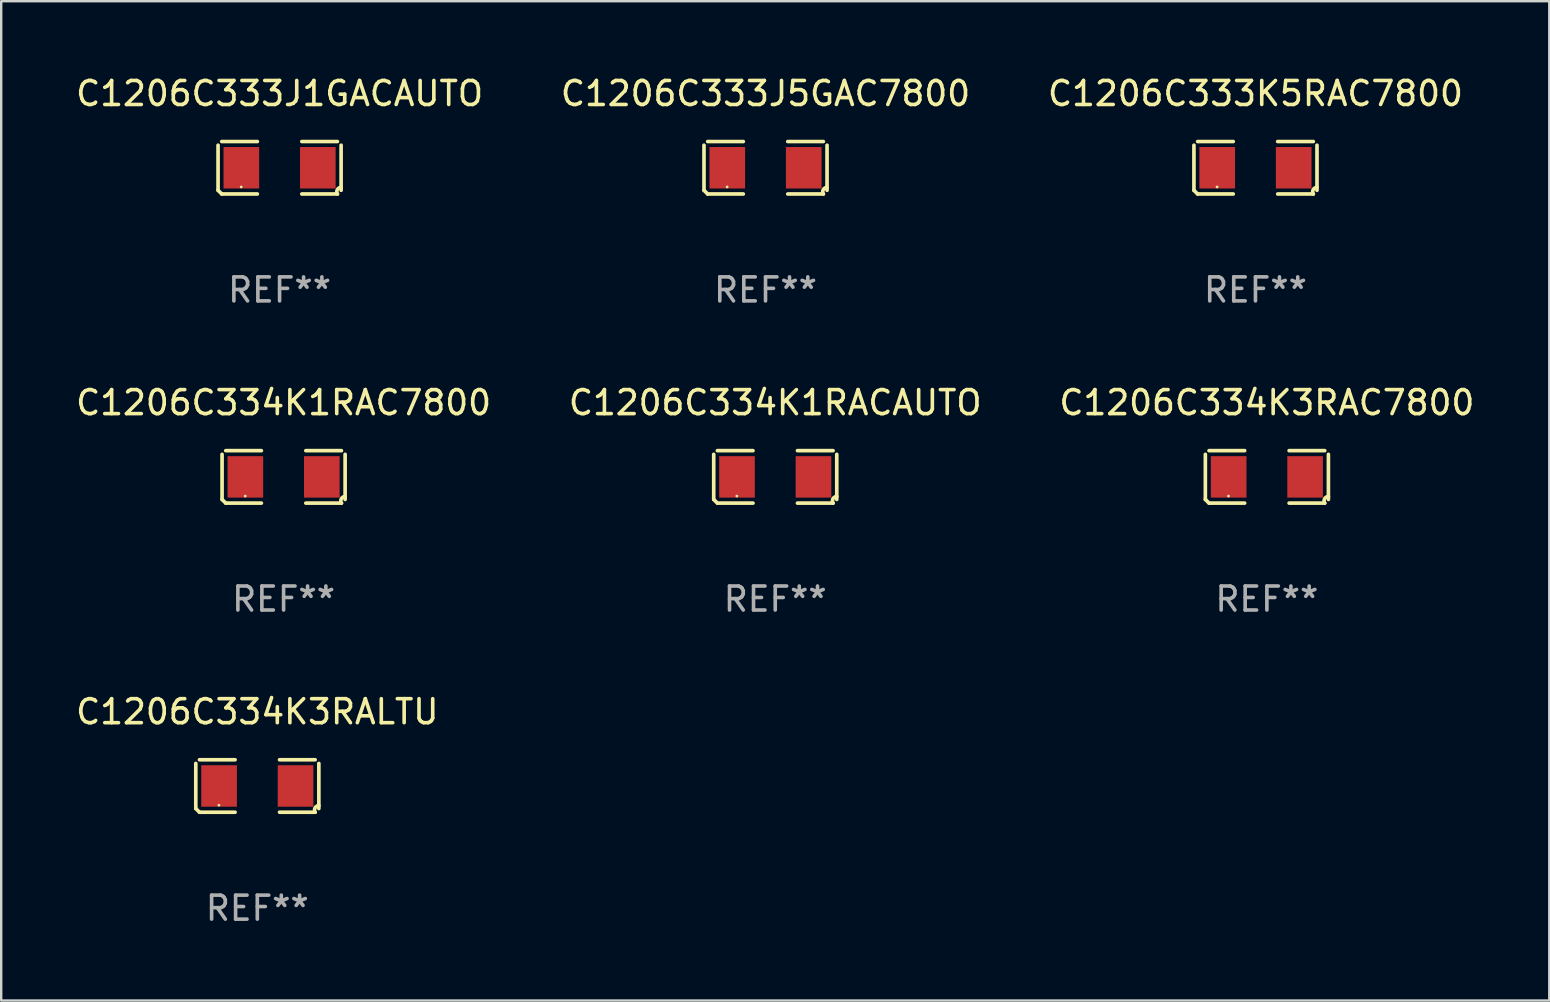
<source format=kicad_pcb>
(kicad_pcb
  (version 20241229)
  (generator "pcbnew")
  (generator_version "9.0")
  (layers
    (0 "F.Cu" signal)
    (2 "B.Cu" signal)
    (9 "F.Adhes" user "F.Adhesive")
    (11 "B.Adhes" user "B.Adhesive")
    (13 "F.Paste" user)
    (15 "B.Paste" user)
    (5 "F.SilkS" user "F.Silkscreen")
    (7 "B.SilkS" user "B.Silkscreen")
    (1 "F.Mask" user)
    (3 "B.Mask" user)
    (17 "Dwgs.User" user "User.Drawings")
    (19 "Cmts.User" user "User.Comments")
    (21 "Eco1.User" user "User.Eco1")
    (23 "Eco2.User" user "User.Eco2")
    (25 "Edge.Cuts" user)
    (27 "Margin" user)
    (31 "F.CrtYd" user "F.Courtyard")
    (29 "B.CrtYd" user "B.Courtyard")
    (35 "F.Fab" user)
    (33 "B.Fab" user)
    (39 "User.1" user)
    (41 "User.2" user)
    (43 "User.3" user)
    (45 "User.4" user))
  (footprint "C1206C333J1GACAUTO"
    (layer "F.Cu")
    (at 8.601 3.941)
    (property "Reference" "C1206C333J1GACAUTO" (at 0 -3.093 0) (layer "F.SilkS") (effects (font (size 1 1) (thickness 0.15))))
    (attr through_hole)
    (fp_line (start -2.564 0.94) (end -2.564 -0.94) (stroke (width 0.152) (type solid)) (layer "F.SilkS"))
    (fp_line (start -2.411 -1.093) (end -0.926 -1.093) (stroke (width 0.152) (type solid)) (layer "F.SilkS"))
    (fp_line (start -0.926 1.093) (end -2.411 1.093) (stroke (width 0.152) (type solid)) (layer "F.SilkS"))
    (fp_line (start 0.926 1.093) (end 2.411 1.093) (stroke (width 0.152) (type solid)) (layer "F.SilkS"))
    (fp_line (start 2.411 -1.093) (end 0.926 -1.093) (stroke (width 0.152) (type solid)) (layer "F.SilkS"))
    (fp_line (start 2.564 0.94) (end 2.564 -0.94) (stroke (width 0.152) (type solid)) (layer "F.SilkS"))
    (fp_arc (start -2.411201 1.092609) (mid -2.487413 1.01642) (end -2.563602 0.940208) (stroke (width 0.1524) (type solid)) (layer "F.SilkS"))
    (fp_arc (start 2.411201 1.092609) (mid 2.407159 0.911226) (end 2.563602 0.819347) (stroke (width 0.1524) (type solid)) (layer "F.SilkS"))
    (fp_circle (center -1.6 0.8) (end -1.57 0.8) (stroke (width 0.06) (type solid)) (fill no) (layer "F.SilkS"))
    (fp_text user "REF**" (at 0 5.093 0) (layer "F.Fab") (effects (font (size 1 1) (thickness 0.15))))
    (pad "1" smd rect (at -1.593 0) (size 1.485 1.728) (layers "F.Cu" "F.Mask" "F.Paste"))
    (pad "2" smd rect (at 1.593 0) (size 1.485 1.728) (layers "F.Cu" "F.Mask" "F.Paste")))
  (footprint "C1206C334K3RAC7800"
    (layer "F.Cu")
    (at 49.744 16.823)
    (property "Reference" "C1206C334K3RAC7800" (at 0 -3.093 0) (layer "F.SilkS") (effects (font (size 1 1) (thickness 0.15))))
    (attr through_hole)
    (fp_line (start -2.564 0.94) (end -2.564 -0.94) (stroke (width 0.152) (type solid)) (layer "F.SilkS"))
    (fp_line (start -2.411 -1.093) (end -0.926 -1.093) (stroke (width 0.152) (type solid)) (layer "F.SilkS"))
    (fp_line (start -0.926 1.093) (end -2.411 1.093) (stroke (width 0.152) (type solid)) (layer "F.SilkS"))
    (fp_line (start 0.926 1.093) (end 2.411 1.093) (stroke (width 0.152) (type solid)) (layer "F.SilkS"))
    (fp_line (start 2.411 -1.093) (end 0.926 -1.093) (stroke (width 0.152) (type solid)) (layer "F.SilkS"))
    (fp_line (start 2.564 0.94) (end 2.564 -0.94) (stroke (width 0.152) (type solid)) (layer "F.SilkS"))
    (fp_arc (start -2.411201 1.092609) (mid -2.487413 1.01642) (end -2.563602 0.940208) (stroke (width 0.1524) (type solid)) (layer "F.SilkS"))
    (fp_arc (start 2.411201 1.092609) (mid 2.407159 0.911226) (end 2.563602 0.819347) (stroke (width 0.1524) (type solid)) (layer "F.SilkS"))
    (fp_circle (center -1.6 0.8) (end -1.57 0.8) (stroke (width 0.06) (type solid)) (fill no) (layer "F.SilkS"))
    (fp_text user "REF**" (at 0 5.093 0) (layer "F.Fab") (effects (font (size 1 1) (thickness 0.15))))
    (pad "1" smd rect (at -1.593 0) (size 1.485 1.728) (layers "F.Cu" "F.Mask" "F.Paste"))
    (pad "2" smd rect (at 1.593 0) (size 1.485 1.728) (layers "F.Cu" "F.Mask" "F.Paste")))
  (footprint "C1206C334K1RACAUTO"
    (layer "F.Cu")
    (at 29.256 16.823)
    (property "Reference" "C1206C334K1RACAUTO" (at 0 -3.093 0) (layer "F.SilkS") (effects (font (size 1 1) (thickness 0.15))))
    (attr through_hole)
    (fp_line (start -2.564 0.94) (end -2.564 -0.94) (stroke (width 0.152) (type solid)) (layer "F.SilkS"))
    (fp_line (start -2.411 -1.093) (end -0.926 -1.093) (stroke (width 0.152) (type solid)) (layer "F.SilkS"))
    (fp_line (start -0.926 1.093) (end -2.411 1.093) (stroke (width 0.152) (type solid)) (layer "F.SilkS"))
    (fp_line (start 0.926 1.093) (end 2.411 1.093) (stroke (width 0.152) (type solid)) (layer "F.SilkS"))
    (fp_line (start 2.411 -1.093) (end 0.926 -1.093) (stroke (width 0.152) (type solid)) (layer "F.SilkS"))
    (fp_line (start 2.564 0.94) (end 2.564 -0.94) (stroke (width 0.152) (type solid)) (layer "F.SilkS"))
    (fp_arc (start -2.411201 1.092609) (mid -2.487413 1.01642) (end -2.563602 0.940208) (stroke (width 0.1524) (type solid)) (layer "F.SilkS"))
    (fp_arc (start 2.411201 1.092609) (mid 2.407159 0.911226) (end 2.563602 0.819347) (stroke (width 0.1524) (type solid)) (layer "F.SilkS"))
    (fp_circle (center -1.6 0.8) (end -1.57 0.8) (stroke (width 0.06) (type solid)) (fill no) (layer "F.SilkS"))
    (fp_text user "REF**" (at 0 5.093 0) (layer "F.Fab") (effects (font (size 1 1) (thickness 0.15))))
    (pad "1" smd rect (at -1.593 0) (size 1.485 1.728) (layers "F.Cu" "F.Mask" "F.Paste"))
    (pad "2" smd rect (at 1.593 0) (size 1.485 1.728) (layers "F.Cu" "F.Mask" "F.Paste")))
  (footprint "C1206C333K5RAC7800"
    (layer "F.Cu")
    (at 49.268 3.941)
    (property "Reference" "C1206C333K5RAC7800" (at 0 -3.093 0) (layer "F.SilkS") (effects (font (size 1 1) (thickness 0.15))))
    (attr through_hole)
    (fp_line (start -2.564 0.94) (end -2.564 -0.94) (stroke (width 0.152) (type solid)) (layer "F.SilkS"))
    (fp_line (start -2.411 -1.093) (end -0.926 -1.093) (stroke (width 0.152) (type solid)) (layer "F.SilkS"))
    (fp_line (start -0.926 1.093) (end -2.411 1.093) (stroke (width 0.152) (type solid)) (layer "F.SilkS"))
    (fp_line (start 0.926 1.093) (end 2.411 1.093) (stroke (width 0.152) (type solid)) (layer "F.SilkS"))
    (fp_line (start 2.411 -1.093) (end 0.926 -1.093) (stroke (width 0.152) (type solid)) (layer "F.SilkS"))
    (fp_line (start 2.564 0.94) (end 2.564 -0.94) (stroke (width 0.152) (type solid)) (layer "F.SilkS"))
    (fp_arc (start -2.411201 1.092609) (mid -2.487413 1.01642) (end -2.563602 0.940208) (stroke (width 0.1524) (type solid)) (layer "F.SilkS"))
    (fp_arc (start 2.411201 1.092609) (mid 2.407159 0.911226) (end 2.563602 0.819347) (stroke (width 0.1524) (type solid)) (layer "F.SilkS"))
    (fp_circle (center -1.6 0.8) (end -1.57 0.8) (stroke (width 0.06) (type solid)) (fill no) (layer "F.SilkS"))
    (fp_text user "REF**" (at 0 5.093 0) (layer "F.Fab") (effects (font (size 1 1) (thickness 0.15))))
    (pad "1" smd rect (at -1.593 0) (size 1.485 1.728) (layers "F.Cu" "F.Mask" "F.Paste"))
    (pad "2" smd rect (at 1.593 0) (size 1.485 1.728) (layers "F.Cu" "F.Mask" "F.Paste")))
  (footprint "C1206C333J5GAC7800"
    (layer "F.Cu")
    (at 28.851 3.941)
    (property "Reference" "C1206C333J5GAC7800" (at 0 -3.093 0) (layer "F.SilkS") (effects (font (size 1 1) (thickness 0.15))))
    (attr through_hole)
    (fp_line (start -2.564 0.94) (end -2.564 -0.94) (stroke (width 0.152) (type solid)) (layer "F.SilkS"))
    (fp_line (start -2.411 -1.093) (end -0.926 -1.093) (stroke (width 0.152) (type solid)) (layer "F.SilkS"))
    (fp_line (start -0.926 1.093) (end -2.411 1.093) (stroke (width 0.152) (type solid)) (layer "F.SilkS"))
    (fp_line (start 0.926 1.093) (end 2.411 1.093) (stroke (width 0.152) (type solid)) (layer "F.SilkS"))
    (fp_line (start 2.411 -1.093) (end 0.926 -1.093) (stroke (width 0.152) (type solid)) (layer "F.SilkS"))
    (fp_line (start 2.564 0.94) (end 2.564 -0.94) (stroke (width 0.152) (type solid)) (layer "F.SilkS"))
    (fp_arc (start -2.411201 1.092609) (mid -2.487413 1.01642) (end -2.563602 0.940208) (stroke (width 0.1524) (type solid)) (layer "F.SilkS"))
    (fp_arc (start 2.411201 1.092609) (mid 2.407159 0.911226) (end 2.563602 0.819347) (stroke (width 0.1524) (type solid)) (layer "F.SilkS"))
    (fp_circle (center -1.6 0.8) (end -1.57 0.8) (stroke (width 0.06) (type solid)) (fill no) (layer "F.SilkS"))
    (fp_text user "REF**" (at 0 5.093 0) (layer "F.Fab") (effects (font (size 1 1) (thickness 0.15))))
    (pad "1" smd rect (at -1.593 0) (size 1.485 1.728) (layers "F.Cu" "F.Mask" "F.Paste"))
    (pad "2" smd rect (at 1.593 0) (size 1.485 1.728) (layers "F.Cu" "F.Mask" "F.Paste")))
  (footprint "C1206C334K1RAC7800"
    (layer "F.Cu")
    (at 8.768 16.823)
    (property "Reference" "C1206C334K1RAC7800" (at 0 -3.093 0) (layer "F.SilkS") (effects (font (size 1 1) (thickness 0.15))))
    (attr through_hole)
    (fp_line (start -2.564 0.94) (end -2.564 -0.94) (stroke (width 0.152) (type solid)) (layer "F.SilkS"))
    (fp_line (start -2.411 -1.093) (end -0.926 -1.093) (stroke (width 0.152) (type solid)) (layer "F.SilkS"))
    (fp_line (start -0.926 1.093) (end -2.411 1.093) (stroke (width 0.152) (type solid)) (layer "F.SilkS"))
    (fp_line (start 0.926 1.093) (end 2.411 1.093) (stroke (width 0.152) (type solid)) (layer "F.SilkS"))
    (fp_line (start 2.411 -1.093) (end 0.926 -1.093) (stroke (width 0.152) (type solid)) (layer "F.SilkS"))
    (fp_line (start 2.564 0.94) (end 2.564 -0.94) (stroke (width 0.152) (type solid)) (layer "F.SilkS"))
    (fp_arc (start -2.411201 1.092609) (mid -2.487413 1.01642) (end -2.563602 0.940208) (stroke (width 0.1524) (type solid)) (layer "F.SilkS"))
    (fp_arc (start 2.411201 1.092609) (mid 2.407159 0.911226) (end 2.563602 0.819347) (stroke (width 0.1524) (type solid)) (layer "F.SilkS"))
    (fp_circle (center -1.6 0.8) (end -1.57 0.8) (stroke (width 0.06) (type solid)) (fill no) (layer "F.SilkS"))
    (fp_text user "REF**" (at 0 5.093 0) (layer "F.Fab") (effects (font (size 1 1) (thickness 0.15))))
    (pad "1" smd rect (at -1.593 0) (size 1.485 1.728) (layers "F.Cu" "F.Mask" "F.Paste"))
    (pad "2" smd rect (at 1.593 0) (size 1.485 1.728) (layers "F.Cu" "F.Mask" "F.Paste")))
  (footprint "C1206C334K3RALTU"
    (layer "F.Cu")
    (at 7.673 29.704)
    (property "Reference" "C1206C334K3RALTU" (at 0 -3.093 0) (layer "F.SilkS") (effects (font (size 1 1) (thickness 0.15))))
    (attr through_hole)
    (fp_line (start -2.564 0.94) (end -2.564 -0.94) (stroke (width 0.152) (type solid)) (layer "F.SilkS"))
    (fp_line (start -2.411 -1.093) (end -0.926 -1.093) (stroke (width 0.152) (type solid)) (layer "F.SilkS"))
    (fp_line (start -0.926 1.093) (end -2.411 1.093) (stroke (width 0.152) (type solid)) (layer "F.SilkS"))
    (fp_line (start 0.926 1.093) (end 2.411 1.093) (stroke (width 0.152) (type solid)) (layer "F.SilkS"))
    (fp_line (start 2.411 -1.093) (end 0.926 -1.093) (stroke (width 0.152) (type solid)) (layer "F.SilkS"))
    (fp_line (start 2.564 0.94) (end 2.564 -0.94) (stroke (width 0.152) (type solid)) (layer "F.SilkS"))
    (fp_arc (start -2.411201 1.092609) (mid -2.487413 1.01642) (end -2.563602 0.940208) (stroke (width 0.1524) (type solid)) (layer "F.SilkS"))
    (fp_arc (start 2.411201 1.092609) (mid 2.407159 0.911226) (end 2.563602 0.819347) (stroke (width 0.1524) (type solid)) (layer "F.SilkS"))
    (fp_circle (center -1.6 0.8) (end -1.57 0.8) (stroke (width 0.06) (type solid)) (fill no) (layer "F.SilkS"))
    (fp_text user "REF**" (at 0 5.093 0) (layer "F.Fab") (effects (font (size 1 1) (thickness 0.15))))
    (pad "1" smd rect (at -1.593 0) (size 1.485 1.728) (layers "F.Cu" "F.Mask" "F.Paste"))
    (pad "2" smd rect (at 1.593 0) (size 1.485 1.728) (layers "F.Cu" "F.Mask" "F.Paste")))
  (gr_rect
    (start -3 -3)
    (end 61.512 38.645)
    (stroke (width 0.1) (type default))
    (fill no)
    (layer "Edge.Cuts")))
</source>
